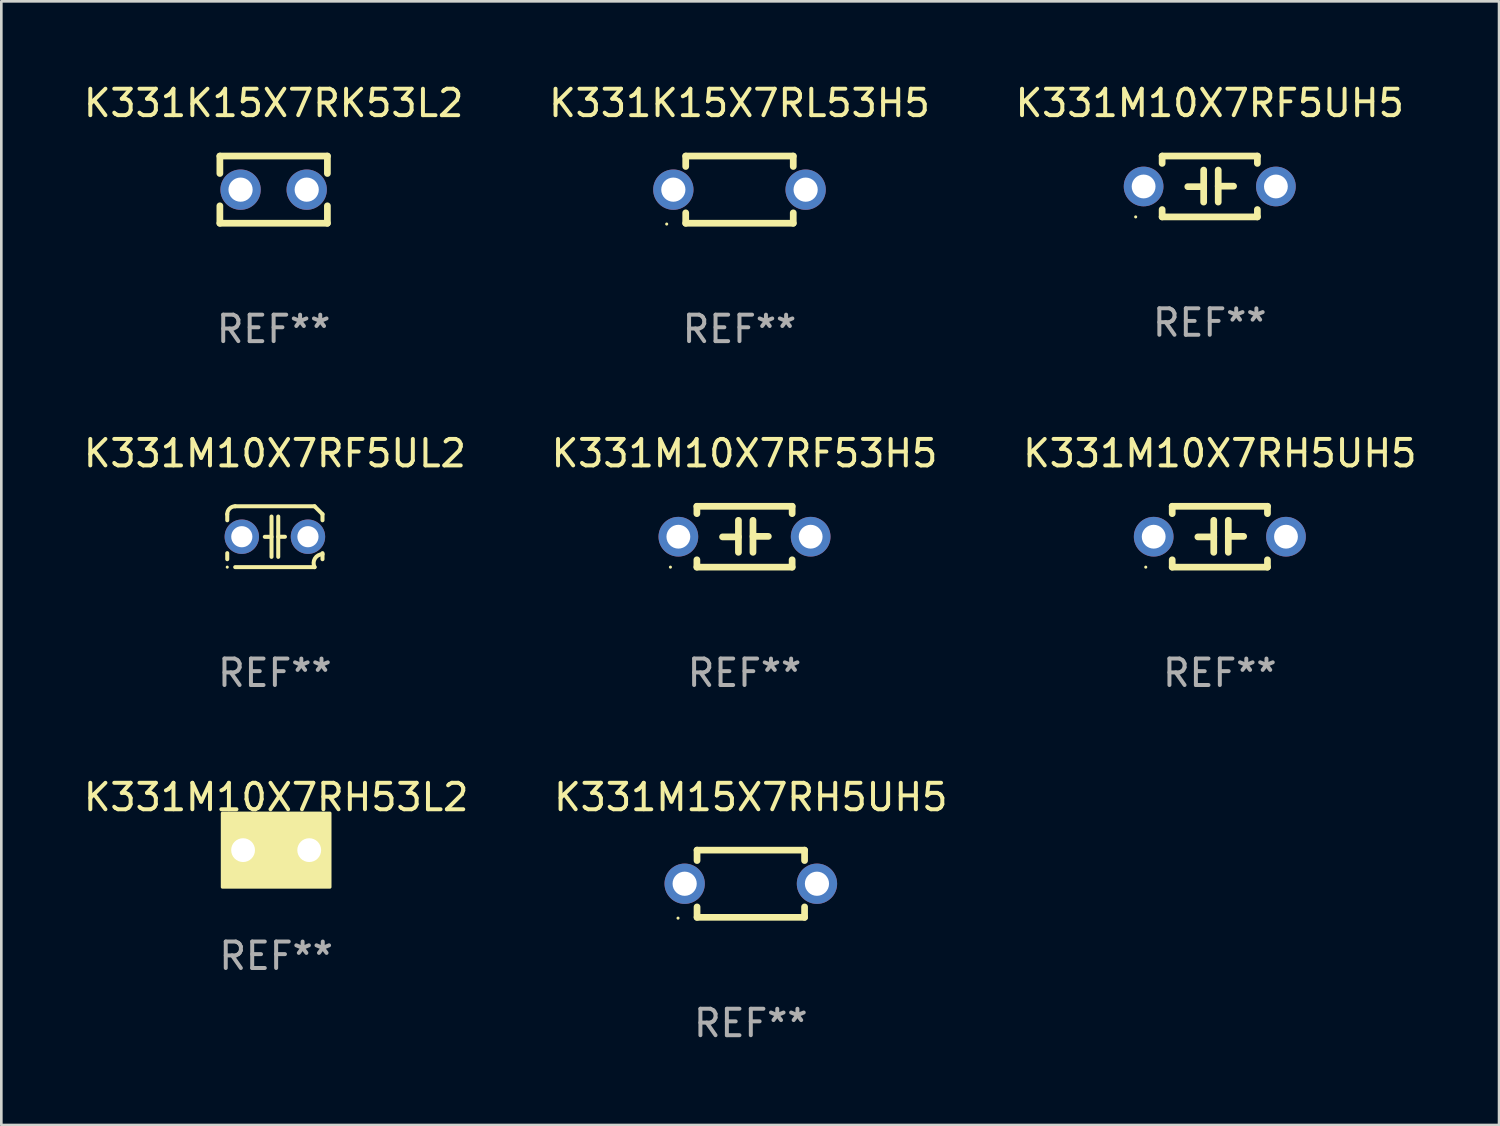
<source format=kicad_pcb>
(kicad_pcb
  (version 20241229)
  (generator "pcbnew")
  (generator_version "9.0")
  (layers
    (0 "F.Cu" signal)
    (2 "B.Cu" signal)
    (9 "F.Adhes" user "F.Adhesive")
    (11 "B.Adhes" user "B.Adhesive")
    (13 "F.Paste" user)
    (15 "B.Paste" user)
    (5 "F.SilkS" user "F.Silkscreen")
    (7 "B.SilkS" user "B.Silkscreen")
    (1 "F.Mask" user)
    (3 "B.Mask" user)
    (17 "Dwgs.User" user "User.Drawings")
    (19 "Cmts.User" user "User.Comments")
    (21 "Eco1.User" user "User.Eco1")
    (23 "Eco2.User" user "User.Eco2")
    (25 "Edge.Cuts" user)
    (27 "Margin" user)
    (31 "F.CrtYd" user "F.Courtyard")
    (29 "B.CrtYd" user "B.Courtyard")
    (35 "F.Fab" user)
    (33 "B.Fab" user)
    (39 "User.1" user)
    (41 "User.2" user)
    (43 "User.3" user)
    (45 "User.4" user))
  (footprint "K331M10X7RF5UL2"
    (layer "F.Cu")
    (at 7.339 17.235)
    (property "Reference" "K331M10X7RF5UL2" (at 0 -3.15 0) (layer "F.SilkS") (effects (font (size 1 1) (thickness 0.15))))
    (attr through_hole)
    (fp_line (start -1.8 -0.621) (end -1.8 -0.85) (stroke (width 0.152) (type solid)) (layer "F.SilkS"))
    (fp_line (start -1.8 0.85) (end -1.8 0.621) (stroke (width 0.152) (type solid)) (layer "F.SilkS"))
    (fp_line (start -1.5 -1.15) (end 1.5 -1.15) (stroke (width 0.152) (type solid)) (layer "F.SilkS"))
    (fp_line (start -0.127 -0.762) (end -0.127 0.762) (stroke (width 0.152) (type solid)) (layer "F.SilkS"))
    (fp_line (start -0.127 0.005) (end -0.381 0.005) (stroke (width 0.152) (type solid)) (layer "F.SilkS"))
    (fp_line (start 0.127 -0.762) (end 0.127 0.762) (stroke (width 0.152) (type solid)) (layer "F.SilkS"))
    (fp_line (start 0.127 0.002) (end 0.381 0.002) (stroke (width 0.152) (type solid)) (layer "F.SilkS"))
    (fp_line (start 1.5 1.15) (end -1.5 1.15) (stroke (width 0.152) (type solid)) (layer "F.SilkS"))
    (fp_line (start 1.8 -0.85) (end 1.8 -0.621) (stroke (width 0.152) (type solid)) (layer "F.SilkS"))
    (fp_line (start 1.8 0.621) (end 1.8 0.85) (stroke (width 0.152) (type solid)) (layer "F.SilkS"))
    (fp_arc (start -1.799975 -0.849987) (mid -1.712107 -1.062119) (end -1.499975 -1.149987) (stroke (width 0.151994) (type solid)) (layer "F.SilkS"))
    (fp_arc (start 1.499975 1.149987) (mid 1.513726 0.822359) (end 1.799975 0.662387) (stroke (width 0.151994) (type solid)) (layer "F.SilkS"))
    (fp_arc (start 1.500001 -1.149986) (mid 1.650015 -1.000001) (end 1.8 -0.849987) (stroke (width 0.151994) (type solid)) (layer "F.SilkS"))
    (fp_circle (center -1.8 1.15) (end -1.77 1.15) (stroke (width 0.06) (type solid)) (fill no) (layer "F.SilkS"))
    (fp_text user "REF**" (at 0 5.15 0) (layer "F.Fab") (effects (font (size 1 1) (thickness 0.15))))
    (pad "1" thru_hole circle (at -1.25 0) (size 1.3 1.3) (drill 0.8) (layers "*.Cu" "*.Mask"))
    (pad "2" thru_hole circle (at 1.25 0) (size 1.3 1.3) (drill 0.8) (layers "*.Cu" "*.Mask")))
  (footprint "K331K15X7RL53H5"
    (layer "F.Cu")
    (at 24.899 4.118)
    (property "Reference" "K331K15X7RL53H5" (at 0 -3.27 0) (layer "F.SilkS") (effects (font (size 1 1) (thickness 0.15))))
    (attr through_hole)
    (fp_line (start -2.032 -1.27) (end -2.032 -0.876) (stroke (width 0.254) (type solid)) (layer "F.SilkS"))
    (fp_line (start -2.032 0.876) (end -2.032 1.27) (stroke (width 0.254) (type solid)) (layer "F.SilkS"))
    (fp_line (start -2.032 1.27) (end 2.032 1.27) (stroke (width 0.254) (type solid)) (layer "F.SilkS"))
    (fp_line (start 2.032 -1.27) (end -2.032 -1.27) (stroke (width 0.254) (type solid)) (layer "F.SilkS"))
    (fp_line (start 2.032 -0.876) (end 2.032 -1.27) (stroke (width 0.254) (type solid)) (layer "F.SilkS"))
    (fp_line (start 2.032 1.27) (end 2.032 0.876) (stroke (width 0.254) (type solid)) (layer "F.SilkS"))
    (fp_circle (center -2.751 1.3) (end -2.721 1.3) (stroke (width 0.06) (type solid)) (fill no) (layer "F.SilkS"))
    (fp_text user "REF**" (at 0 5.27 0) (layer "F.Fab") (effects (font (size 1 1) (thickness 0.15))))
    (pad "1" thru_hole circle (at -2.5 0) (size 1.524 1.524) (drill 0.914) (layers "*.Cu" "*.Mask"))
    (pad "2" thru_hole circle (at 2.5 0) (size 1.524 1.524) (drill 0.914) (layers "*.Cu" "*.Mask")))
  (footprint "K331M10X7RH53L2"
    (layer "F.Cu")
    (at 7.387 29.081)
    (property "Reference" "K331M10X7RH53L2" (at 0 -2 0) (layer "F.SilkS") (effects (font (size 1 1) (thickness 0.15))))
    (attr through_hole)
    (fp_circle (center -1.8 1.15) (end -1.77 1.15) (stroke (width 0.06) (type solid)) (fill no) (layer "F.SilkS"))
    (fp_poly (pts (xy -2.032 -1.397) (xy 2.032 -1.397) (xy 2.032 1.397) (xy -2.032 1.397)) (stroke (width 0.12) (type solid)) (fill yes) (layer "F.SilkS"))
    (fp_text user "REF**" (at 0 4 0) (layer "F.Fab") (effects (font (size 1 1) (thickness 0.15))))
    (pad "1" thru_hole circle (at -1.25 0) (size 1.5 1.5) (drill 0.9) (layers "*.Cu" "*.Mask"))
    (pad "2" thru_hole circle (at 1.25 0) (size 1.5 1.5) (drill 0.9) (layers "*.Cu" "*.Mask")))
  (footprint "K331M10X7RF53H5"
    (layer "F.Cu")
    (at 25.089 17.235)
    (property "Reference" "K331M10X7RF53H5" (at 0 -3.15 0) (layer "F.SilkS") (effects (font (size 1 1) (thickness 0.15))))
    (attr through_hole)
    (fp_line (start -1.8 -1.15) (end -1.8 -0.872) (stroke (width 0.254) (type solid)) (layer "F.SilkS"))
    (fp_line (start -1.8 -1.15) (end 1.8 -1.15) (stroke (width 0.254) (type solid)) (layer "F.SilkS"))
    (fp_line (start -1.8 0.872) (end -1.8 1.15) (stroke (width 0.254) (type solid)) (layer "F.SilkS"))
    (fp_line (start -1.8 1.15) (end 1.8 1.15) (stroke (width 0.254) (type solid)) (layer "F.SilkS"))
    (fp_line (start -0.23 -0.62) (end -0.23 0.59) (stroke (width 0.254) (type solid)) (layer "F.SilkS"))
    (fp_line (start -0.23 0.007) (end -0.83 0.007) (stroke (width 0.254) (type solid)) (layer "F.SilkS"))
    (fp_line (start 0.32 -0.62) (end 0.32 0.59) (stroke (width 0.254) (type solid)) (layer "F.SilkS"))
    (fp_line (start 0.32 -0.012) (end 0.9 -0.012) (stroke (width 0.254) (type solid)) (layer "F.SilkS"))
    (fp_line (start 1.8 -1.15) (end 1.8 -0.872) (stroke (width 0.254) (type solid)) (layer "F.SilkS"))
    (fp_line (start 1.8 0.872) (end 1.8 1.15) (stroke (width 0.254) (type solid)) (layer "F.SilkS"))
    (fp_circle (center -2.8 1.15) (end -2.77 1.15) (stroke (width 0.06) (type solid)) (fill no) (layer "F.SilkS"))
    (fp_text user "REF**" (at 0 5.15 0) (layer "F.Fab") (effects (font (size 1 1) (thickness 0.15))))
    (pad "1" thru_hole circle (at -2.5 0) (size 1.5 1.5) (drill 0.9) (layers "*.Cu" "*.Mask"))
    (pad "2" thru_hole circle (at 2.5 0) (size 1.5 1.5) (drill 0.9) (layers "*.Cu" "*.Mask")))
  (footprint "K331M15X7RH5UH5"
    (layer "F.Cu")
    (at 25.327 30.351)
    (property "Reference" "K331M15X7RH5UH5" (at 0 -3.27 0) (layer "F.SilkS") (effects (font (size 1 1) (thickness 0.15))))
    (attr through_hole)
    (fp_line (start -2.032 -1.27) (end -2.032 -0.876) (stroke (width 0.254) (type solid)) (layer "F.SilkS"))
    (fp_line (start -2.032 0.876) (end -2.032 1.27) (stroke (width 0.254) (type solid)) (layer "F.SilkS"))
    (fp_line (start -2.032 1.27) (end 2.032 1.27) (stroke (width 0.254) (type solid)) (layer "F.SilkS"))
    (fp_line (start 2.032 -1.27) (end -2.032 -1.27) (stroke (width 0.254) (type solid)) (layer "F.SilkS"))
    (fp_line (start 2.032 -0.876) (end 2.032 -1.27) (stroke (width 0.254) (type solid)) (layer "F.SilkS"))
    (fp_line (start 2.032 1.27) (end 2.032 0.876) (stroke (width 0.254) (type solid)) (layer "F.SilkS"))
    (fp_circle (center -2.751 1.3) (end -2.721 1.3) (stroke (width 0.06) (type solid)) (fill no) (layer "F.SilkS"))
    (fp_text user "REF**" (at 0 5.27 0) (layer "F.Fab") (effects (font (size 1 1) (thickness 0.15))))
    (pad "1" thru_hole circle (at -2.5 0) (size 1.524 1.524) (drill 0.914) (layers "*.Cu" "*.Mask"))
    (pad "2" thru_hole circle (at 2.5 0) (size 1.524 1.524) (drill 0.914) (layers "*.Cu" "*.Mask")))
  (footprint "K331M10X7RF5UH5"
    (layer "F.Cu")
    (at 42.673 3.998)
    (property "Reference" "K331M10X7RF5UH5" (at 0 -3.15 0) (layer "F.SilkS") (effects (font (size 1 1) (thickness 0.15))))
    (attr through_hole)
    (fp_line (start -1.8 -1.15) (end -1.8 -0.872) (stroke (width 0.254) (type solid)) (layer "F.SilkS"))
    (fp_line (start -1.8 -1.15) (end 1.8 -1.15) (stroke (width 0.254) (type solid)) (layer "F.SilkS"))
    (fp_line (start -1.8 0.872) (end -1.8 1.15) (stroke (width 0.254) (type solid)) (layer "F.SilkS"))
    (fp_line (start -1.8 1.15) (end 1.8 1.15) (stroke (width 0.254) (type solid)) (layer "F.SilkS"))
    (fp_line (start -0.23 -0.62) (end -0.23 0.59) (stroke (width 0.254) (type solid)) (layer "F.SilkS"))
    (fp_line (start -0.23 0.007) (end -0.83 0.007) (stroke (width 0.254) (type solid)) (layer "F.SilkS"))
    (fp_line (start 0.32 -0.62) (end 0.32 0.59) (stroke (width 0.254) (type solid)) (layer "F.SilkS"))
    (fp_line (start 0.32 -0.012) (end 0.9 -0.012) (stroke (width 0.254) (type solid)) (layer "F.SilkS"))
    (fp_line (start 1.8 -1.15) (end 1.8 -0.872) (stroke (width 0.254) (type solid)) (layer "F.SilkS"))
    (fp_line (start 1.8 0.872) (end 1.8 1.15) (stroke (width 0.254) (type solid)) (layer "F.SilkS"))
    (fp_circle (center -2.8 1.15) (end -2.77 1.15) (stroke (width 0.06) (type solid)) (fill no) (layer "F.SilkS"))
    (fp_text user "REF**" (at 0 5.15 0) (layer "F.Fab") (effects (font (size 1 1) (thickness 0.15))))
    (pad "1" thru_hole circle (at -2.5 0) (size 1.5 1.5) (drill 0.9) (layers "*.Cu" "*.Mask"))
    (pad "2" thru_hole circle (at 2.5 0) (size 1.5 1.5) (drill 0.9) (layers "*.Cu" "*.Mask")))
  (footprint "K331K15X7RK53L2"
    (layer "F.Cu")
    (at 7.292 4.118)
    (property "Reference" "K331K15X7RK53L2" (at 0 -3.27 0) (layer "F.SilkS") (effects (font (size 1 1) (thickness 0.15))))
    (attr through_hole)
    (fp_line (start -2.032 -1.27) (end -2.032 -0.611) (stroke (width 0.254) (type solid)) (layer "F.SilkS"))
    (fp_line (start -2.032 0.611) (end -2.032 1.27) (stroke (width 0.254) (type solid)) (layer "F.SilkS"))
    (fp_line (start -2.032 1.27) (end 2.032 1.27) (stroke (width 0.254) (type solid)) (layer "F.SilkS"))
    (fp_line (start 2.032 -1.27) (end -2.032 -1.27) (stroke (width 0.254) (type solid)) (layer "F.SilkS"))
    (fp_line (start 2.032 -0.611) (end 2.032 -1.27) (stroke (width 0.254) (type solid)) (layer "F.SilkS"))
    (fp_line (start 2.032 1.27) (end 2.032 0.611) (stroke (width 0.254) (type solid)) (layer "F.SilkS"))
    (fp_circle (center -2 1.3) (end -1.97 1.3) (stroke (width 0.06) (type solid)) (fill no) (layer "F.SilkS"))
    (fp_text user "REF**" (at 0 5.27 0) (layer "F.Fab") (effects (font (size 1 1) (thickness 0.15))))
    (pad "1" thru_hole circle (at -1.25 0) (size 1.524 1.524) (drill 0.914) (layers "*.Cu" "*.Mask"))
    (pad "2" thru_hole circle (at 1.25 0) (size 1.524 1.524) (drill 0.914) (layers "*.Cu" "*.Mask")))
  (footprint "K331M10X7RH5UH5"
    (layer "F.Cu")
    (at 43.054 17.235)
    (property "Reference" "K331M10X7RH5UH5" (at 0 -3.15 0) (layer "F.SilkS") (effects (font (size 1 1) (thickness 0.15))))
    (attr through_hole)
    (fp_line (start -1.8 -1.15) (end -1.8 -0.872) (stroke (width 0.254) (type solid)) (layer "F.SilkS"))
    (fp_line (start -1.8 -1.15) (end 1.8 -1.15) (stroke (width 0.254) (type solid)) (layer "F.SilkS"))
    (fp_line (start -1.8 0.872) (end -1.8 1.15) (stroke (width 0.254) (type solid)) (layer "F.SilkS"))
    (fp_line (start -1.8 1.15) (end 1.8 1.15) (stroke (width 0.254) (type solid)) (layer "F.SilkS"))
    (fp_line (start -0.23 -0.62) (end -0.23 0.59) (stroke (width 0.254) (type solid)) (layer "F.SilkS"))
    (fp_line (start -0.23 0.007) (end -0.83 0.007) (stroke (width 0.254) (type solid)) (layer "F.SilkS"))
    (fp_line (start 0.32 -0.62) (end 0.32 0.59) (stroke (width 0.254) (type solid)) (layer "F.SilkS"))
    (fp_line (start 0.32 -0.012) (end 0.9 -0.012) (stroke (width 0.254) (type solid)) (layer "F.SilkS"))
    (fp_line (start 1.8 -1.15) (end 1.8 -0.872) (stroke (width 0.254) (type solid)) (layer "F.SilkS"))
    (fp_line (start 1.8 0.872) (end 1.8 1.15) (stroke (width 0.254) (type solid)) (layer "F.SilkS"))
    (fp_circle (center -2.8 1.15) (end -2.77 1.15) (stroke (width 0.06) (type solid)) (fill no) (layer "F.SilkS"))
    (fp_text user "REF**" (at 0 5.15 0) (layer "F.Fab") (effects (font (size 1 1) (thickness 0.15))))
    (pad "1" thru_hole circle (at -2.5 0) (size 1.5 1.5) (drill 0.9) (layers "*.Cu" "*.Mask"))
    (pad "2" thru_hole circle (at 2.5 0) (size 1.5 1.5) (drill 0.9) (layers "*.Cu" "*.Mask")))
  (gr_rect
    (start -3 -3)
    (end 53.607 39.47)
    (stroke (width 0.1) (type default))
    (fill no)
    (layer "Edge.Cuts")))
</source>
